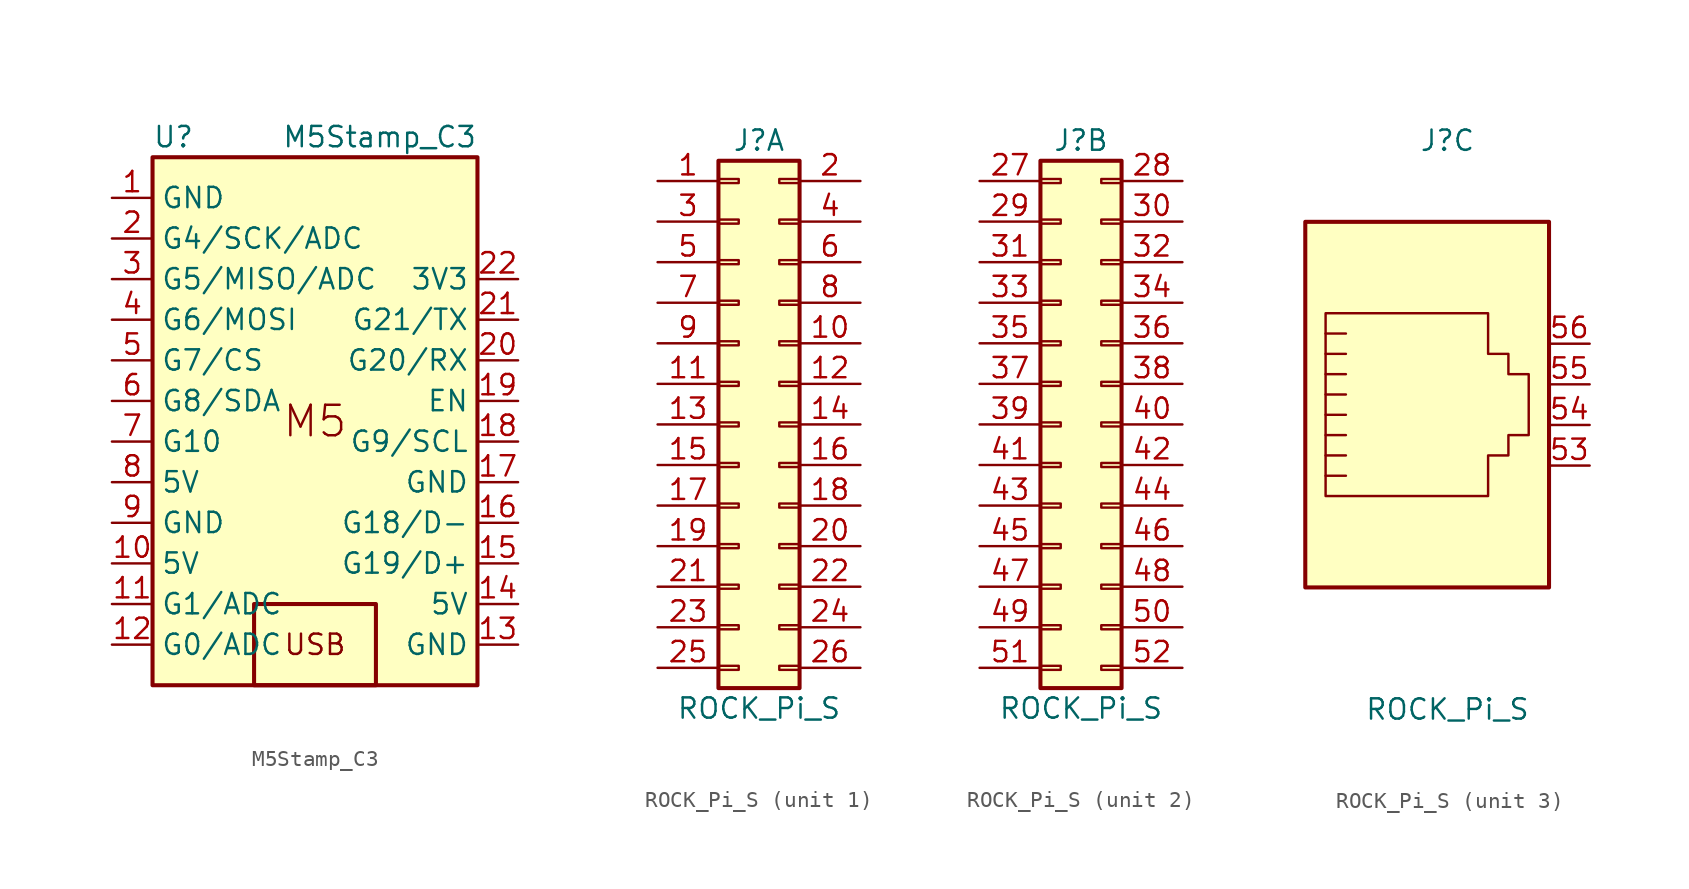
<source format=kicad_sym>
(kicad_symbol_lib
  (version 20231120)
  (generator "kicad_symbol_editor")
  (generator_version "8.0")
  (symbol "M5Stamp_C3"
    (property "Reference" "U"
      (at -10.16 19.05 0)
      (effects (font (size 1.27 1.27)) (justify left)))
    (property "Value" "M5Stamp_C3"
      (at 10.16 19.05 0)
      (effects (font (size 1.27 1.27)) (justify right)))
    (symbol "M5Stamp_C3_0_0"
      (pin power_in line (at -12.7 15.24 0) (length 2.54) (name "GND" (effects (font (size 1.27 1.27)))) (number "1" (effects (font (size 1.27 1.27)))))
      (pin power_out line (at -12.7 -7.62 0) (length 2.54) (name "5V" (effects (font (size 1.27 1.27)))) (number "10" (effects (font (size 1.27 1.27)))))
      (pin power_in line (at 12.7 -12.7 180) (length 2.54) (name "GND" (effects (font (size 1.27 1.27)))) (number "13" (effects (font (size 1.27 1.27)))))
      (pin power_out line (at 12.7 -10.16 180) (length 2.54) (name "5V" (effects (font (size 1.27 1.27)))) (number "14" (effects (font (size 1.27 1.27)))))
      (pin power_in line (at 12.7 -2.54 180) (length 2.54) (name "GND" (effects (font (size 1.27 1.27)))) (number "17" (effects (font (size 1.27 1.27)))))
      (pin power_out line (at 12.7 10.16 180) (length 2.54) (name "3V3" (effects (font (size 1.27 1.27)))) (number "22" (effects (font (size 1.27 1.27)))))
      (pin bidirectional line (at -12.7 0 0) (length 2.54) (name "G10" (effects (font (size 1.27 1.27)))) (number "7" (effects (font (size 1.27 1.27)))))
      (pin power_out line (at -12.7 -2.54 0) (length 2.54) (name "5V" (effects (font (size 1.27 1.27)))) (number "8" (effects (font (size 1.27 1.27)))))
      (pin power_in line (at -12.7 -5.08 0) (length 2.54) (name "GND" (effects (font (size 1.27 1.27)))) (number "9" (effects (font (size 1.27 1.27))))))
    (symbol "M5Stamp_C3_0_1"
      (rectangle (start -10.16 17.78) (end 10.16 -15.24) (stroke (width 0.254) (type default)) (fill (type background))))
    (symbol "M5Stamp_C3_1_0"
      (rectangle (start -3.81 -10.16) (end 3.81 -15.24) (stroke (width 0.254) (type default)) (fill (type none)))
      (text "M5" (at 0 1.27 0) (effects (font (face "KiCad Font") (size 1.905 1.905))))
      (text "USB" (at 0 -12.7 0) (effects (font (face "KiCad Font") (size 1.27 1.27))))
      (pin bidirectional line (at -12.7 -10.16 0) (length 2.54) (name "G1/ADC" (effects (font (size 1.27 1.27)))) (number "11" (effects (font (size 1.27 1.27)))))
      (pin bidirectional line (at -12.7 -12.7 0) (length 2.54) (name "G0/ADC" (effects (font (size 1.27 1.27)))) (number "12" (effects (font (size 1.27 1.27)))))
      (pin bidirectional line (at 12.7 -7.62 180) (length 2.54) (name "G19/D+" (effects (font (size 1.27 1.27)))) (number "15" (effects (font (size 1.27 1.27)))))
      (pin bidirectional line (at 12.7 -5.08 180) (length 2.54) (name "G18/D-" (effects (font (size 1.27 1.27)))) (number "16" (effects (font (size 1.27 1.27)))))
      (pin bidirectional line (at 12.7 0 180) (length 2.54) (name "G9/SCL" (effects (font (size 1.27 1.27)))) (number "18" (effects (font (size 1.27 1.27)))))
      (pin input line (at 12.7 2.54 180) (length 2.54) (name "EN" (effects (font (size 1.27 1.27)))) (number "19" (effects (font (size 1.27 1.27)))))
      (pin bidirectional line (at -12.7 12.7 0) (length 2.54) (name "G4/SCK/ADC" (effects (font (size 1.27 1.27)))) (number "2" (effects (font (size 1.27 1.27)))))
      (pin input line (at 12.7 5.08 180) (length 2.54) (name "G20/RX" (effects (font (size 1.27 1.27)))) (number "20" (effects (font (size 1.27 1.27)))))
      (pin bidirectional line (at 12.7 7.62 180) (length 2.54) (name "G21/TX" (effects (font (size 1.27 1.27)))) (number "21" (effects (font (size 1.27 1.27)))))
      (pin bidirectional line (at -12.7 10.16 0) (length 2.54) (name "G5/MISO/ADC" (effects (font (size 1.27 1.27)))) (number "3" (effects (font (size 1.27 1.27)))))
      (pin bidirectional line (at -12.7 7.62 0) (length 2.54) (name "G6/MOSI" (effects (font (size 1.27 1.27)))) (number "4" (effects (font (size 1.27 1.27)))))
      (pin bidirectional line (at -12.7 5.08 0) (length 2.54) (name "G7/CS" (effects (font (size 1.27 1.27)))) (number "5" (effects (font (size 1.27 1.27)))))
      (pin bidirectional line (at -12.7 2.54 0) (length 2.54) (name "G8/SDA" (effects (font (size 1.27 1.27)))) (number "6" (effects (font (size 1.27 1.27)))))))
  (symbol "ROCK_Pi_S"
    (pin_names hide)
    (property "Reference" "J"
      (at 1.27 17.78 0)
      (effects (font (size 1.27 1.27))))
    (property "Value" "ROCK_Pi_S"
      (at 1.27 -17.78 0)
      (effects (font (size 1.27 1.27))))
    (property "ki_locked" ""
      (at 0 0 0)
      (effects (font (size 1.27 1.27))))
    (symbol "ROCK_Pi_S_1_1"
      (rectangle (start -1.27 -15.113) (end 0 -15.367) (stroke (width 0.152) (type default)) (fill (type none)))
      (rectangle (start -1.27 -12.573) (end 0 -12.827) (stroke (width 0.152) (type default)) (fill (type none)))
      (rectangle (start -1.27 -10.033) (end 0 -10.287) (stroke (width 0.152) (type default)) (fill (type none)))
      (rectangle (start -1.27 -7.493) (end 0 -7.747) (stroke (width 0.152) (type default)) (fill (type none)))
      (rectangle (start -1.27 -4.953) (end 0 -5.207) (stroke (width 0.152) (type default)) (fill (type none)))
      (rectangle (start -1.27 -2.413) (end 0 -2.667) (stroke (width 0.152) (type default)) (fill (type none)))
      (rectangle (start -1.27 0.127) (end 0 -0.127) (stroke (width 0.152) (type default)) (fill (type none)))
      (rectangle (start -1.27 2.667) (end 0 2.413) (stroke (width 0.152) (type default)) (fill (type none)))
      (rectangle (start -1.27 5.207) (end 0 4.953) (stroke (width 0.152) (type default)) (fill (type none)))
      (rectangle (start -1.27 7.747) (end 0 7.493) (stroke (width 0.152) (type default)) (fill (type none)))
      (rectangle (start -1.27 10.287) (end 0 10.033) (stroke (width 0.152) (type default)) (fill (type none)))
      (rectangle (start -1.27 12.827) (end 0 12.573) (stroke (width 0.152) (type default)) (fill (type none)))
      (rectangle (start -1.27 15.367) (end 0 15.113) (stroke (width 0.152) (type default)) (fill (type none)))
      (rectangle (start -1.27 16.51) (end 3.81 -16.51) (stroke (width 0.254) (type default)) (fill (type background)))
      (rectangle (start 3.81 -15.113) (end 2.54 -15.367) (stroke (width 0.152) (type default)) (fill (type none)))
      (rectangle (start 3.81 -12.573) (end 2.54 -12.827) (stroke (width 0.152) (type default)) (fill (type none)))
      (rectangle (start 3.81 -10.033) (end 2.54 -10.287) (stroke (width 0.152) (type default)) (fill (type none)))
      (rectangle (start 3.81 -7.493) (end 2.54 -7.747) (stroke (width 0.152) (type default)) (fill (type none)))
      (rectangle (start 3.81 -4.953) (end 2.54 -5.207) (stroke (width 0.152) (type default)) (fill (type none)))
      (rectangle (start 3.81 -2.413) (end 2.54 -2.667) (stroke (width 0.152) (type default)) (fill (type none)))
      (rectangle (start 3.81 0.127) (end 2.54 -0.127) (stroke (width 0.152) (type default)) (fill (type none)))
      (rectangle (start 3.81 2.667) (end 2.54 2.413) (stroke (width 0.152) (type default)) (fill (type none)))
      (rectangle (start 3.81 5.207) (end 2.54 4.953) (stroke (width 0.152) (type default)) (fill (type none)))
      (rectangle (start 3.81 7.747) (end 2.54 7.493) (stroke (width 0.152) (type default)) (fill (type none)))
      (rectangle (start 3.81 10.287) (end 2.54 10.033) (stroke (width 0.152) (type default)) (fill (type none)))
      (rectangle (start 3.81 12.827) (end 2.54 12.573) (stroke (width 0.152) (type default)) (fill (type none)))
      (rectangle (start 3.81 15.367) (end 2.54 15.113) (stroke (width 0.152) (type default)) (fill (type none)))
      (pin passive line (at -5.08 15.24 0) (length 3.81) (name "Pin_1" (effects (font (size 1.27 1.27)))) (number "1" (effects (font (size 1.27 1.27)))))
      (pin passive line (at 7.62 5.08 180) (length 3.81) (name "Pin_10" (effects (font (size 1.27 1.27)))) (number "10" (effects (font (size 1.27 1.27)))))
      (pin passive line (at -5.08 2.54 0) (length 3.81) (name "Pin_11" (effects (font (size 1.27 1.27)))) (number "11" (effects (font (size 1.27 1.27)))))
      (pin passive line (at 7.62 2.54 180) (length 3.81) (name "Pin_12" (effects (font (size 1.27 1.27)))) (number "12" (effects (font (size 1.27 1.27)))))
      (pin passive line (at -5.08 0 0) (length 3.81) (name "Pin_13" (effects (font (size 1.27 1.27)))) (number "13" (effects (font (size 1.27 1.27)))))
      (pin passive line (at 7.62 0 180) (length 3.81) (name "Pin_14" (effects (font (size 1.27 1.27)))) (number "14" (effects (font (size 1.27 1.27)))))
      (pin passive line (at -5.08 -2.54 0) (length 3.81) (name "Pin_15" (effects (font (size 1.27 1.27)))) (number "15" (effects (font (size 1.27 1.27)))))
      (pin passive line (at 7.62 -2.54 180) (length 3.81) (name "Pin_16" (effects (font (size 1.27 1.27)))) (number "16" (effects (font (size 1.27 1.27)))))
      (pin passive line (at -5.08 -5.08 0) (length 3.81) (name "Pin_17" (effects (font (size 1.27 1.27)))) (number "17" (effects (font (size 1.27 1.27)))))
      (pin passive line (at 7.62 -5.08 180) (length 3.81) (name "Pin_18" (effects (font (size 1.27 1.27)))) (number "18" (effects (font (size 1.27 1.27)))))
      (pin passive line (at -5.08 -7.62 0) (length 3.81) (name "Pin_19" (effects (font (size 1.27 1.27)))) (number "19" (effects (font (size 1.27 1.27)))))
      (pin passive line (at 7.62 15.24 180) (length 3.81) (name "Pin_2" (effects (font (size 1.27 1.27)))) (number "2" (effects (font (size 1.27 1.27)))))
      (pin passive line (at 7.62 -7.62 180) (length 3.81) (name "Pin_20" (effects (font (size 1.27 1.27)))) (number "20" (effects (font (size 1.27 1.27)))))
      (pin passive line (at -5.08 -10.16 0) (length 3.81) (name "Pin_21" (effects (font (size 1.27 1.27)))) (number "21" (effects (font (size 1.27 1.27)))))
      (pin passive line (at 7.62 -10.16 180) (length 3.81) (name "Pin_22" (effects (font (size 1.27 1.27)))) (number "22" (effects (font (size 1.27 1.27)))))
      (pin passive line (at -5.08 -12.7 0) (length 3.81) (name "Pin_23" (effects (font (size 1.27 1.27)))) (number "23" (effects (font (size 1.27 1.27)))))
      (pin passive line (at 7.62 -12.7 180) (length 3.81) (name "Pin_24" (effects (font (size 1.27 1.27)))) (number "24" (effects (font (size 1.27 1.27)))))
      (pin passive line (at -5.08 -15.24 0) (length 3.81) (name "Pin_25" (effects (font (size 1.27 1.27)))) (number "25" (effects (font (size 1.27 1.27)))))
      (pin passive line (at 7.62 -15.24 180) (length 3.81) (name "Pin_26" (effects (font (size 1.27 1.27)))) (number "26" (effects (font (size 1.27 1.27)))))
      (pin passive line (at -5.08 12.7 0) (length 3.81) (name "Pin_3" (effects (font (size 1.27 1.27)))) (number "3" (effects (font (size 1.27 1.27)))))
      (pin passive line (at 7.62 12.7 180) (length 3.81) (name "Pin_4" (effects (font (size 1.27 1.27)))) (number "4" (effects (font (size 1.27 1.27)))))
      (pin passive line (at -5.08 10.16 0) (length 3.81) (name "Pin_5" (effects (font (size 1.27 1.27)))) (number "5" (effects (font (size 1.27 1.27)))))
      (pin passive line (at 7.62 10.16 180) (length 3.81) (name "Pin_6" (effects (font (size 1.27 1.27)))) (number "6" (effects (font (size 1.27 1.27)))))
      (pin passive line (at -5.08 7.62 0) (length 3.81) (name "Pin_7" (effects (font (size 1.27 1.27)))) (number "7" (effects (font (size 1.27 1.27)))))
      (pin passive line (at 7.62 7.62 180) (length 3.81) (name "Pin_8" (effects (font (size 1.27 1.27)))) (number "8" (effects (font (size 1.27 1.27)))))
      (pin passive line (at -5.08 5.08 0) (length 3.81) (name "Pin_9" (effects (font (size 1.27 1.27)))) (number "9" (effects (font (size 1.27 1.27))))))
    (symbol "ROCK_Pi_S_2_1"
      (rectangle (start -1.27 -15.113) (end 0 -15.367) (stroke (width 0.152) (type default)) (fill (type none)))
      (rectangle (start -1.27 -12.573) (end 0 -12.827) (stroke (width 0.152) (type default)) (fill (type none)))
      (rectangle (start -1.27 -10.033) (end 0 -10.287) (stroke (width 0.152) (type default)) (fill (type none)))
      (rectangle (start -1.27 -7.493) (end 0 -7.747) (stroke (width 0.152) (type default)) (fill (type none)))
      (rectangle (start -1.27 -4.953) (end 0 -5.207) (stroke (width 0.152) (type default)) (fill (type none)))
      (rectangle (start -1.27 -2.413) (end 0 -2.667) (stroke (width 0.152) (type default)) (fill (type none)))
      (rectangle (start -1.27 0.127) (end 0 -0.127) (stroke (width 0.152) (type default)) (fill (type none)))
      (rectangle (start -1.27 2.667) (end 0 2.413) (stroke (width 0.152) (type default)) (fill (type none)))
      (rectangle (start -1.27 5.207) (end 0 4.953) (stroke (width 0.152) (type default)) (fill (type none)))
      (rectangle (start -1.27 7.747) (end 0 7.493) (stroke (width 0.152) (type default)) (fill (type none)))
      (rectangle (start -1.27 10.287) (end 0 10.033) (stroke (width 0.152) (type default)) (fill (type none)))
      (rectangle (start -1.27 12.827) (end 0 12.573) (stroke (width 0.152) (type default)) (fill (type none)))
      (rectangle (start -1.27 15.367) (end 0 15.113) (stroke (width 0.152) (type default)) (fill (type none)))
      (rectangle (start -1.27 16.51) (end 3.81 -16.51) (stroke (width 0.254) (type default)) (fill (type background)))
      (rectangle (start 3.81 -15.113) (end 2.54 -15.367) (stroke (width 0.152) (type default)) (fill (type none)))
      (rectangle (start 3.81 -12.573) (end 2.54 -12.827) (stroke (width 0.152) (type default)) (fill (type none)))
      (rectangle (start 3.81 -10.033) (end 2.54 -10.287) (stroke (width 0.152) (type default)) (fill (type none)))
      (rectangle (start 3.81 -7.493) (end 2.54 -7.747) (stroke (width 0.152) (type default)) (fill (type none)))
      (rectangle (start 3.81 -4.953) (end 2.54 -5.207) (stroke (width 0.152) (type default)) (fill (type none)))
      (rectangle (start 3.81 -2.413) (end 2.54 -2.667) (stroke (width 0.152) (type default)) (fill (type none)))
      (rectangle (start 3.81 0.127) (end 2.54 -0.127) (stroke (width 0.152) (type default)) (fill (type none)))
      (rectangle (start 3.81 2.667) (end 2.54 2.413) (stroke (width 0.152) (type default)) (fill (type none)))
      (rectangle (start 3.81 5.207) (end 2.54 4.953) (stroke (width 0.152) (type default)) (fill (type none)))
      (rectangle (start 3.81 7.747) (end 2.54 7.493) (stroke (width 0.152) (type default)) (fill (type none)))
      (rectangle (start 3.81 10.287) (end 2.54 10.033) (stroke (width 0.152) (type default)) (fill (type none)))
      (rectangle (start 3.81 12.827) (end 2.54 12.573) (stroke (width 0.152) (type default)) (fill (type none)))
      (rectangle (start 3.81 15.367) (end 2.54 15.113) (stroke (width 0.152) (type default)) (fill (type none)))
      (pin passive line (at -5.08 15.24 0) (length 3.81) (name "Pin_27" (effects (font (size 1.27 1.27)))) (number "27" (effects (font (size 1.27 1.27)))))
      (pin passive line (at 7.62 15.24 180) (length 3.81) (name "Pin_28" (effects (font (size 1.27 1.27)))) (number "28" (effects (font (size 1.27 1.27)))))
      (pin passive line (at -5.08 12.7 0) (length 3.81) (name "Pin_29" (effects (font (size 1.27 1.27)))) (number "29" (effects (font (size 1.27 1.27)))))
      (pin passive line (at 7.62 12.7 180) (length 3.81) (name "Pin_30" (effects (font (size 1.27 1.27)))) (number "30" (effects (font (size 1.27 1.27)))))
      (pin passive line (at -5.08 10.16 0) (length 3.81) (name "Pin_31" (effects (font (size 1.27 1.27)))) (number "31" (effects (font (size 1.27 1.27)))))
      (pin passive line (at 7.62 10.16 180) (length 3.81) (name "Pin_32" (effects (font (size 1.27 1.27)))) (number "32" (effects (font (size 1.27 1.27)))))
      (pin passive line (at -5.08 7.62 0) (length 3.81) (name "Pin_33" (effects (font (size 1.27 1.27)))) (number "33" (effects (font (size 1.27 1.27)))))
      (pin passive line (at 7.62 7.62 180) (length 3.81) (name "Pin_34" (effects (font (size 1.27 1.27)))) (number "34" (effects (font (size 1.27 1.27)))))
      (pin passive line (at -5.08 5.08 0) (length 3.81) (name "Pin_35" (effects (font (size 1.27 1.27)))) (number "35" (effects (font (size 1.27 1.27)))))
      (pin passive line (at 7.62 5.08 180) (length 3.81) (name "Pin_36" (effects (font (size 1.27 1.27)))) (number "36" (effects (font (size 1.27 1.27)))))
      (pin passive line (at -5.08 2.54 0) (length 3.81) (name "Pin_37" (effects (font (size 1.27 1.27)))) (number "37" (effects (font (size 1.27 1.27)))))
      (pin passive line (at 7.62 2.54 180) (length 3.81) (name "Pin_38" (effects (font (size 1.27 1.27)))) (number "38" (effects (font (size 1.27 1.27)))))
      (pin passive line (at -5.08 0 0) (length 3.81) (name "Pin_39" (effects (font (size 1.27 1.27)))) (number "39" (effects (font (size 1.27 1.27)))))
      (pin passive line (at 7.62 0 180) (length 3.81) (name "Pin_40" (effects (font (size 1.27 1.27)))) (number "40" (effects (font (size 1.27 1.27)))))
      (pin passive line (at -5.08 -2.54 0) (length 3.81) (name "Pin_41" (effects (font (size 1.27 1.27)))) (number "41" (effects (font (size 1.27 1.27)))))
      (pin passive line (at 7.62 -2.54 180) (length 3.81) (name "Pin_42" (effects (font (size 1.27 1.27)))) (number "42" (effects (font (size 1.27 1.27)))))
      (pin passive line (at -5.08 -5.08 0) (length 3.81) (name "Pin_43" (effects (font (size 1.27 1.27)))) (number "43" (effects (font (size 1.27 1.27)))))
      (pin passive line (at 7.62 -5.08 180) (length 3.81) (name "Pin_44" (effects (font (size 1.27 1.27)))) (number "44" (effects (font (size 1.27 1.27)))))
      (pin passive line (at -5.08 -7.62 0) (length 3.81) (name "Pin_45" (effects (font (size 1.27 1.27)))) (number "45" (effects (font (size 1.27 1.27)))))
      (pin passive line (at 7.62 -7.62 180) (length 3.81) (name "Pin_46" (effects (font (size 1.27 1.27)))) (number "46" (effects (font (size 1.27 1.27)))))
      (pin passive line (at -5.08 -10.16 0) (length 3.81) (name "Pin_47" (effects (font (size 1.27 1.27)))) (number "47" (effects (font (size 1.27 1.27)))))
      (pin passive line (at 7.62 -10.16 180) (length 3.81) (name "Pin_48" (effects (font (size 1.27 1.27)))) (number "48" (effects (font (size 1.27 1.27)))))
      (pin passive line (at -5.08 -12.7 0) (length 3.81) (name "Pin_49" (effects (font (size 1.27 1.27)))) (number "49" (effects (font (size 1.27 1.27)))))
      (pin passive line (at 7.62 -12.7 180) (length 3.81) (name "Pin_50" (effects (font (size 1.27 1.27)))) (number "50" (effects (font (size 1.27 1.27)))))
      (pin passive line (at -5.08 -15.24 0) (length 3.81) (name "Pin_51" (effects (font (size 1.27 1.27)))) (number "51" (effects (font (size 1.27 1.27)))))
      (pin passive line (at 7.62 -15.24 180) (length 3.81) (name "Pin_52" (effects (font (size 1.27 1.27)))) (number "52" (effects (font (size 1.27 1.27))))))
    (symbol "ROCK_Pi_S_3_1"
      (rectangle (start -7.62 12.7) (end 7.62 -10.16) (stroke (width 0.254) (type default)) (fill (type background)))
      (polyline (pts (xy -5.08 4.445) (xy -6.35 4.445)) (stroke (width 0) (type default)) (fill (type none)))
      (polyline (pts (xy -5.08 5.715) (xy -6.35 5.715)) (stroke (width 0) (type default)) (fill (type none)))
      (polyline (pts (xy -6.35 -3.175) (xy -5.08 -3.175) (xy -5.08 -3.175)) (stroke (width 0) (type default)) (fill (type none)))
      (polyline (pts (xy -6.35 -1.905) (xy -5.08 -1.905) (xy -5.08 -1.905)) (stroke (width 0) (type default)) (fill (type none)))
      (polyline (pts (xy -6.35 -0.635) (xy -5.08 -0.635) (xy -5.08 -0.635)) (stroke (width 0) (type default)) (fill (type none)))
      (polyline (pts (xy -6.35 0.635) (xy -5.08 0.635) (xy -5.08 0.635)) (stroke (width 0) (type default)) (fill (type none)))
      (polyline (pts (xy -6.35 1.905) (xy -5.08 1.905) (xy -5.08 1.905)) (stroke (width 0) (type default)) (fill (type none)))
      (polyline (pts (xy -5.08 3.175) (xy -6.35 3.175) (xy -6.35 3.175)) (stroke (width 0) (type default)) (fill (type none)))
      (polyline (pts (xy -6.35 -4.445) (xy -6.35 6.985) (xy 3.81 6.985) (xy 3.81 4.445) (xy 5.08 4.445) (xy 5.08 3.175) (xy 6.35 3.175) (xy 6.35 -0.635) (xy 5.08 -0.635) (xy 5.08 -1.905) (xy 3.81 -1.905) (xy 3.81 -4.445) (xy -6.35 -4.445) (xy -6.35 -4.445)) (stroke (width 0) (type default)) (fill (type none)))
      (pin passive line (at 10.16 -2.54 180) (length 2.54) (name "Pin_53" (effects (font (size 1.27 1.27)))) (number "53" (effects (font (size 1.27 1.27)))))
      (pin passive line (at 10.16 0 180) (length 2.54) (name "Pin_54" (effects (font (size 1.27 1.27)))) (number "54" (effects (font (size 1.27 1.27)))))
      (pin passive line (at 10.16 2.54 180) (length 2.54) (name "Pin_55" (effects (font (size 1.27 1.27)))) (number "55" (effects (font (size 1.27 1.27)))))
      (pin passive line (at 10.16 5.08 180) (length 2.54) (name "Pin_56" (effects (font (size 1.27 1.27)))) (number "56" (effects (font (size 1.27 1.27))))))))
</source>
